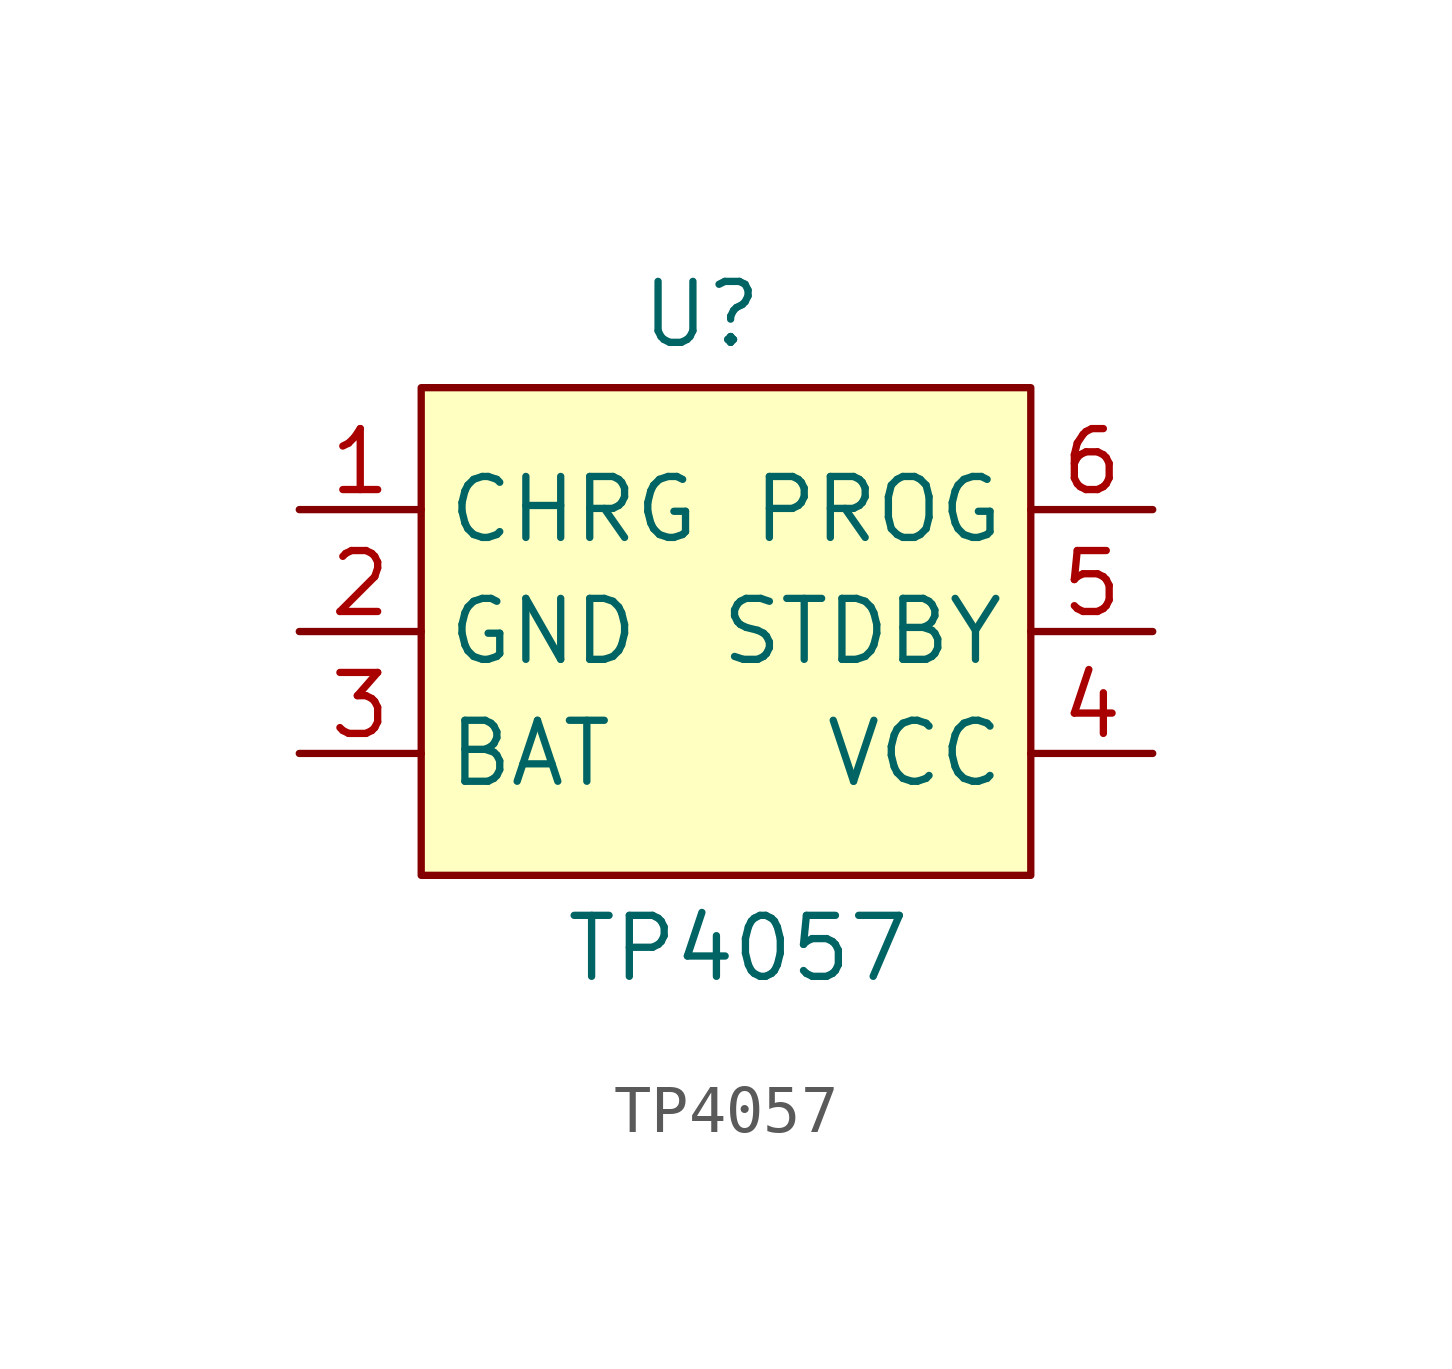
<source format=kicad_sym>
(kicad_symbol_lib
  (version 20231120)
  (generator "kicad_symbol_editor")
  (generator_version "8.0")
  (symbol "TP4057"
    (property "Reference" "U"
      (at 0.762 6.604 0)
      (effects (font (size 1.27 1.27))))
    (property "Value" "TP4057"
      (at 1.524 -6.604 0)
      (effects (font (size 1.27 1.27))))
    (symbol "TP4057_1_1"
      (rectangle (start -5.08 5.08) (end 7.62 -5.08) (stroke (width 0) (type default)) (fill (type background)))
      (pin output line (at -7.62 2.54 0) (length 2.54) (name "CHRG" (effects (font (size 1.27 1.27)))) (number "1" (effects (font (size 1.27 1.27)))))
      (pin power_in line (at -7.62 0 0) (length 2.54) (name "GND" (effects (font (size 1.27 1.27)))) (number "2" (effects (font (size 1.27 1.27)))))
      (pin output line (at -7.62 -2.54 0) (length 2.54) (name "BAT" (effects (font (size 1.27 1.27)))) (number "3" (effects (font (size 1.27 1.27)))))
      (pin power_in line (at 10.16 -2.54 180) (length 2.54) (name "VCC" (effects (font (size 1.27 1.27)))) (number "4" (effects (font (size 1.27 1.27)))))
      (pin output line (at 10.16 0 180) (length 2.54) (name "STDBY" (effects (font (size 1.27 1.27)))) (number "5" (effects (font (size 1.27 1.27)))))
      (pin input line (at 10.16 2.54 180) (length 2.54) (name "PROG" (effects (font (size 1.27 1.27)))) (number "6" (effects (font (size 1.27 1.27))))))))
</source>
